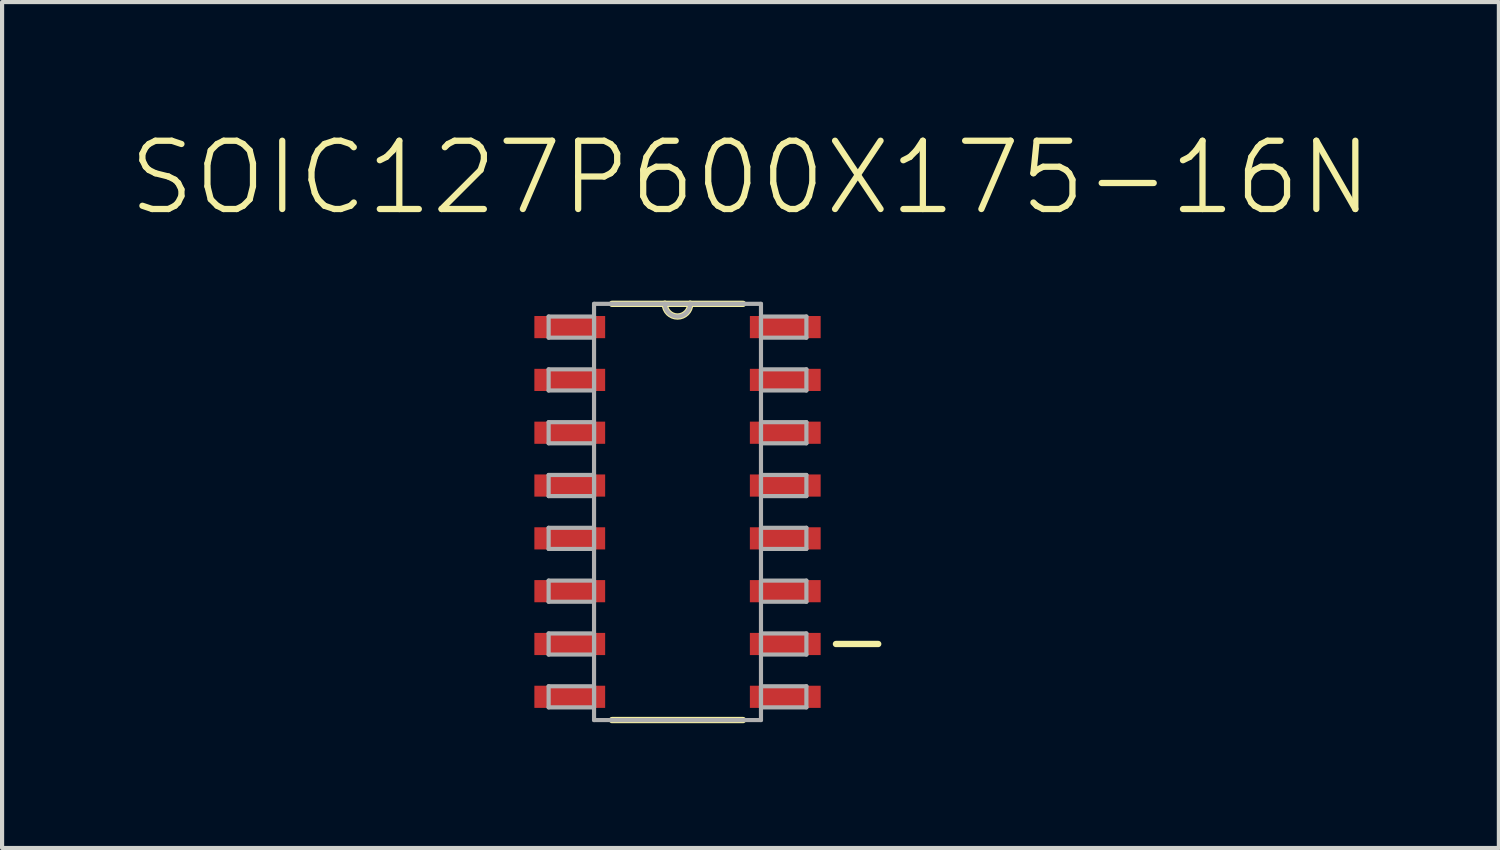
<source format=kicad_pcb>
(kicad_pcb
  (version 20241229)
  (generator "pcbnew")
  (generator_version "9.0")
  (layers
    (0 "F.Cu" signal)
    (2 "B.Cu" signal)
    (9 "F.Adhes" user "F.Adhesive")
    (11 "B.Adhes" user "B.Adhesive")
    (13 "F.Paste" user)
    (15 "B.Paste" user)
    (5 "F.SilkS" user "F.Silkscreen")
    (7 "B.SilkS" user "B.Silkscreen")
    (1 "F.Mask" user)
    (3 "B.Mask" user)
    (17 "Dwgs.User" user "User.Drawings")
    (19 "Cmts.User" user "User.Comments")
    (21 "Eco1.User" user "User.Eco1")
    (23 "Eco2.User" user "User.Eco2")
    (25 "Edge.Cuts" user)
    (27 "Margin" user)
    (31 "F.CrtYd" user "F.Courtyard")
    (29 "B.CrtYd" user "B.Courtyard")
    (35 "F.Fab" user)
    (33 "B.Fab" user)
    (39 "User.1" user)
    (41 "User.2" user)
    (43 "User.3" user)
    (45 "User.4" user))
  (footprint "SOIC127P600X175-16N"
    (layer "F.Cu")
    (at 13.241 9.26)
    (property "Reference" "SOIC127P600X175-16N" (at 1.755 -8.036 0) (layer "F.SilkS") (effects (font (size 1.642 1.642) (thickness 0.15))))
    (attr through_hole)
    (fp_line (start -1.575 5.004) (end 1.575 5.004) (stroke (width 0.152) (type solid)) (layer "F.SilkS"))
    (fp_line (start -0.305 -5.004) (end -1.575 -5.004) (stroke (width 0.152) (type solid)) (layer "F.SilkS"))
    (fp_line (start 0.305 -5.004) (end -0.305 -5.004) (stroke (width 0.152) (type solid)) (layer "F.SilkS"))
    (fp_line (start 1.575 -5.004) (end 0.305 -5.004) (stroke (width 0.152) (type solid)) (layer "F.SilkS"))
    (fp_line (start 3.81 3.175) (end 4.826 3.175) (stroke (width 0.152) (type solid)) (layer "F.SilkS"))
    (fp_arc (start 0.3048 -5.0038) (mid 0 -4.699) (end -0.3048 -5.0038) (stroke (width 0.1524) (type solid)) (layer "F.SilkS"))
    (fp_line (start -3.099 -4.699) (end -3.099 -4.191) (stroke (width 0.1) (type solid)) (layer "F.Fab"))
    (fp_line (start -3.099 -4.191) (end -2.007 -4.191) (stroke (width 0.1) (type solid)) (layer "F.Fab"))
    (fp_line (start -3.099 -3.429) (end -3.099 -2.921) (stroke (width 0.1) (type solid)) (layer "F.Fab"))
    (fp_line (start -3.099 -2.921) (end -2.007 -2.921) (stroke (width 0.1) (type solid)) (layer "F.Fab"))
    (fp_line (start -3.099 -2.159) (end -3.099 -1.651) (stroke (width 0.1) (type solid)) (layer "F.Fab"))
    (fp_line (start -3.099 -1.651) (end -2.007 -1.651) (stroke (width 0.1) (type solid)) (layer "F.Fab"))
    (fp_line (start -3.099 -0.889) (end -3.099 -0.381) (stroke (width 0.1) (type solid)) (layer "F.Fab"))
    (fp_line (start -3.099 -0.381) (end -2.007 -0.381) (stroke (width 0.1) (type solid)) (layer "F.Fab"))
    (fp_line (start -3.099 0.381) (end -3.099 0.889) (stroke (width 0.1) (type solid)) (layer "F.Fab"))
    (fp_line (start -3.099 0.889) (end -2.007 0.889) (stroke (width 0.1) (type solid)) (layer "F.Fab"))
    (fp_line (start -3.099 1.651) (end -3.099 2.159) (stroke (width 0.1) (type solid)) (layer "F.Fab"))
    (fp_line (start -3.099 2.159) (end -2.007 2.159) (stroke (width 0.1) (type solid)) (layer "F.Fab"))
    (fp_line (start -3.099 2.921) (end -3.099 3.429) (stroke (width 0.1) (type solid)) (layer "F.Fab"))
    (fp_line (start -3.099 3.429) (end -2.007 3.429) (stroke (width 0.1) (type solid)) (layer "F.Fab"))
    (fp_line (start -3.099 4.191) (end -3.099 4.699) (stroke (width 0.1) (type solid)) (layer "F.Fab"))
    (fp_line (start -3.099 4.699) (end -2.007 4.699) (stroke (width 0.1) (type solid)) (layer "F.Fab"))
    (fp_line (start -2.007 -5.004) (end -2.007 5.004) (stroke (width 0.1) (type solid)) (layer "F.Fab"))
    (fp_line (start -2.007 -4.699) (end -3.099 -4.699) (stroke (width 0.1) (type solid)) (layer "F.Fab"))
    (fp_line (start -2.007 -4.191) (end -2.007 -4.699) (stroke (width 0.1) (type solid)) (layer "F.Fab"))
    (fp_line (start -2.007 -3.429) (end -3.099 -3.429) (stroke (width 0.1) (type solid)) (layer "F.Fab"))
    (fp_line (start -2.007 -2.921) (end -2.007 -3.429) (stroke (width 0.1) (type solid)) (layer "F.Fab"))
    (fp_line (start -2.007 -2.159) (end -3.099 -2.159) (stroke (width 0.1) (type solid)) (layer "F.Fab"))
    (fp_line (start -2.007 -1.651) (end -2.007 -2.159) (stroke (width 0.1) (type solid)) (layer "F.Fab"))
    (fp_line (start -2.007 -0.889) (end -3.099 -0.889) (stroke (width 0.1) (type solid)) (layer "F.Fab"))
    (fp_line (start -2.007 -0.381) (end -2.007 -0.889) (stroke (width 0.1) (type solid)) (layer "F.Fab"))
    (fp_line (start -2.007 0.381) (end -3.099 0.381) (stroke (width 0.1) (type solid)) (layer "F.Fab"))
    (fp_line (start -2.007 0.889) (end -2.007 0.381) (stroke (width 0.1) (type solid)) (layer "F.Fab"))
    (fp_line (start -2.007 1.651) (end -3.099 1.651) (stroke (width 0.1) (type solid)) (layer "F.Fab"))
    (fp_line (start -2.007 2.159) (end -2.007 1.651) (stroke (width 0.1) (type solid)) (layer "F.Fab"))
    (fp_line (start -2.007 2.921) (end -3.099 2.921) (stroke (width 0.1) (type solid)) (layer "F.Fab"))
    (fp_line (start -2.007 3.429) (end -2.007 2.921) (stroke (width 0.1) (type solid)) (layer "F.Fab"))
    (fp_line (start -2.007 4.191) (end -3.099 4.191) (stroke (width 0.1) (type solid)) (layer "F.Fab"))
    (fp_line (start -2.007 4.699) (end -2.007 4.191) (stroke (width 0.1) (type solid)) (layer "F.Fab"))
    (fp_line (start -2.007 5.004) (end 2.007 5.004) (stroke (width 0.1) (type solid)) (layer "F.Fab"))
    (fp_line (start -0.305 -5.004) (end -2.007 -5.004) (stroke (width 0.1) (type solid)) (layer "F.Fab"))
    (fp_line (start 0.305 -5.004) (end -0.305 -5.004) (stroke (width 0.1) (type solid)) (layer "F.Fab"))
    (fp_line (start 2.007 -5.004) (end 0.305 -5.004) (stroke (width 0.1) (type solid)) (layer "F.Fab"))
    (fp_line (start 2.007 -4.699) (end 2.007 -4.191) (stroke (width 0.1) (type solid)) (layer "F.Fab"))
    (fp_line (start 2.007 -4.191) (end 3.099 -4.191) (stroke (width 0.1) (type solid)) (layer "F.Fab"))
    (fp_line (start 2.007 -3.429) (end 2.007 -2.921) (stroke (width 0.1) (type solid)) (layer "F.Fab"))
    (fp_line (start 2.007 -2.921) (end 3.099 -2.921) (stroke (width 0.1) (type solid)) (layer "F.Fab"))
    (fp_line (start 2.007 -2.159) (end 2.007 -1.651) (stroke (width 0.1) (type solid)) (layer "F.Fab"))
    (fp_line (start 2.007 -1.651) (end 3.099 -1.651) (stroke (width 0.1) (type solid)) (layer "F.Fab"))
    (fp_line (start 2.007 -0.889) (end 2.007 -0.381) (stroke (width 0.1) (type solid)) (layer "F.Fab"))
    (fp_line (start 2.007 -0.381) (end 3.099 -0.381) (stroke (width 0.1) (type solid)) (layer "F.Fab"))
    (fp_line (start 2.007 0.381) (end 2.007 0.889) (stroke (width 0.1) (type solid)) (layer "F.Fab"))
    (fp_line (start 2.007 0.889) (end 3.099 0.889) (stroke (width 0.1) (type solid)) (layer "F.Fab"))
    (fp_line (start 2.007 1.651) (end 2.007 2.159) (stroke (width 0.1) (type solid)) (layer "F.Fab"))
    (fp_line (start 2.007 2.159) (end 3.099 2.159) (stroke (width 0.1) (type solid)) (layer "F.Fab"))
    (fp_line (start 2.007 2.921) (end 2.007 3.429) (stroke (width 0.1) (type solid)) (layer "F.Fab"))
    (fp_line (start 2.007 3.429) (end 3.099 3.429) (stroke (width 0.1) (type solid)) (layer "F.Fab"))
    (fp_line (start 2.007 4.191) (end 2.007 4.699) (stroke (width 0.1) (type solid)) (layer "F.Fab"))
    (fp_line (start 2.007 4.699) (end 3.099 4.699) (stroke (width 0.1) (type solid)) (layer "F.Fab"))
    (fp_line (start 2.007 5.004) (end 2.007 -5.004) (stroke (width 0.1) (type solid)) (layer "F.Fab"))
    (fp_line (start 3.099 -4.699) (end 2.007 -4.699) (stroke (width 0.1) (type solid)) (layer "F.Fab"))
    (fp_line (start 3.099 -4.191) (end 3.099 -4.699) (stroke (width 0.1) (type solid)) (layer "F.Fab"))
    (fp_line (start 3.099 -3.429) (end 2.007 -3.429) (stroke (width 0.1) (type solid)) (layer "F.Fab"))
    (fp_line (start 3.099 -2.921) (end 3.099 -3.429) (stroke (width 0.1) (type solid)) (layer "F.Fab"))
    (fp_line (start 3.099 -2.159) (end 2.007 -2.159) (stroke (width 0.1) (type solid)) (layer "F.Fab"))
    (fp_line (start 3.099 -1.651) (end 3.099 -2.159) (stroke (width 0.1) (type solid)) (layer "F.Fab"))
    (fp_line (start 3.099 -0.889) (end 2.007 -0.889) (stroke (width 0.1) (type solid)) (layer "F.Fab"))
    (fp_line (start 3.099 -0.381) (end 3.099 -0.889) (stroke (width 0.1) (type solid)) (layer "F.Fab"))
    (fp_line (start 3.099 0.381) (end 2.007 0.381) (stroke (width 0.1) (type solid)) (layer "F.Fab"))
    (fp_line (start 3.099 0.889) (end 3.099 0.381) (stroke (width 0.1) (type solid)) (layer "F.Fab"))
    (fp_line (start 3.099 1.651) (end 2.007 1.651) (stroke (width 0.1) (type solid)) (layer "F.Fab"))
    (fp_line (start 3.099 2.159) (end 3.099 1.651) (stroke (width 0.1) (type solid)) (layer "F.Fab"))
    (fp_line (start 3.099 2.921) (end 2.007 2.921) (stroke (width 0.1) (type solid)) (layer "F.Fab"))
    (fp_line (start 3.099 3.429) (end 3.099 2.921) (stroke (width 0.1) (type solid)) (layer "F.Fab"))
    (fp_line (start 3.099 4.191) (end 2.007 4.191) (stroke (width 0.1) (type solid)) (layer "F.Fab"))
    (fp_line (start 3.099 4.699) (end 3.099 4.191) (stroke (width 0.1) (type solid)) (layer "F.Fab"))
    (fp_arc (start 0.3048 -5.0038) (mid 0 -4.699) (end -0.3048 -5.0038) (stroke (width 0.1) (type solid)) (layer "F.Fab"))
    (pad "1" smd rect (at -2.591 -4.445) (size 1.702 0.533) (layers "F.Cu" "F.Mask" "F.Paste"))
    (pad "2" smd rect (at -2.591 -3.175) (size 1.702 0.533) (layers "F.Cu" "F.Mask" "F.Paste"))
    (pad "3" smd rect (at -2.591 -1.905) (size 1.702 0.533) (layers "F.Cu" "F.Mask" "F.Paste"))
    (pad "4" smd rect (at -2.591 -0.635) (size 1.702 0.533) (layers "F.Cu" "F.Mask" "F.Paste"))
    (pad "5" smd rect (at -2.591 0.635) (size 1.702 0.533) (layers "F.Cu" "F.Mask" "F.Paste"))
    (pad "6" smd rect (at -2.591 1.905) (size 1.702 0.533) (layers "F.Cu" "F.Mask" "F.Paste"))
    (pad "7" smd rect (at -2.591 3.175) (size 1.702 0.533) (layers "F.Cu" "F.Mask" "F.Paste"))
    (pad "8" smd rect (at -2.591 4.445) (size 1.702 0.533) (layers "F.Cu" "F.Mask" "F.Paste"))
    (pad "9" smd rect (at 2.591 4.445) (size 1.702 0.533) (layers "F.Cu" "F.Mask" "F.Paste"))
    (pad "10" smd rect (at 2.591 3.175) (size 1.702 0.533) (layers "F.Cu" "F.Mask" "F.Paste"))
    (pad "11" smd rect (at 2.591 1.905) (size 1.702 0.533) (layers "F.Cu" "F.Mask" "F.Paste"))
    (pad "12" smd rect (at 2.591 0.635) (size 1.702 0.533) (layers "F.Cu" "F.Mask" "F.Paste"))
    (pad "13" smd rect (at 2.591 -0.635) (size 1.702 0.533) (layers "F.Cu" "F.Mask" "F.Paste"))
    (pad "14" smd rect (at 2.591 -1.905) (size 1.702 0.533) (layers "F.Cu" "F.Mask" "F.Paste"))
    (pad "15" smd rect (at 2.591 -3.175) (size 1.702 0.533) (layers "F.Cu" "F.Mask" "F.Paste"))
    (pad "16" smd rect (at 2.591 -4.445) (size 1.702 0.533) (layers "F.Cu" "F.Mask" "F.Paste")))
  (gr_rect
    (start -3 -3)
    (end 32.991 17.34)
    (stroke (width 0.1) (type default))
    (fill no)
    (layer "Edge.Cuts")))
</source>
